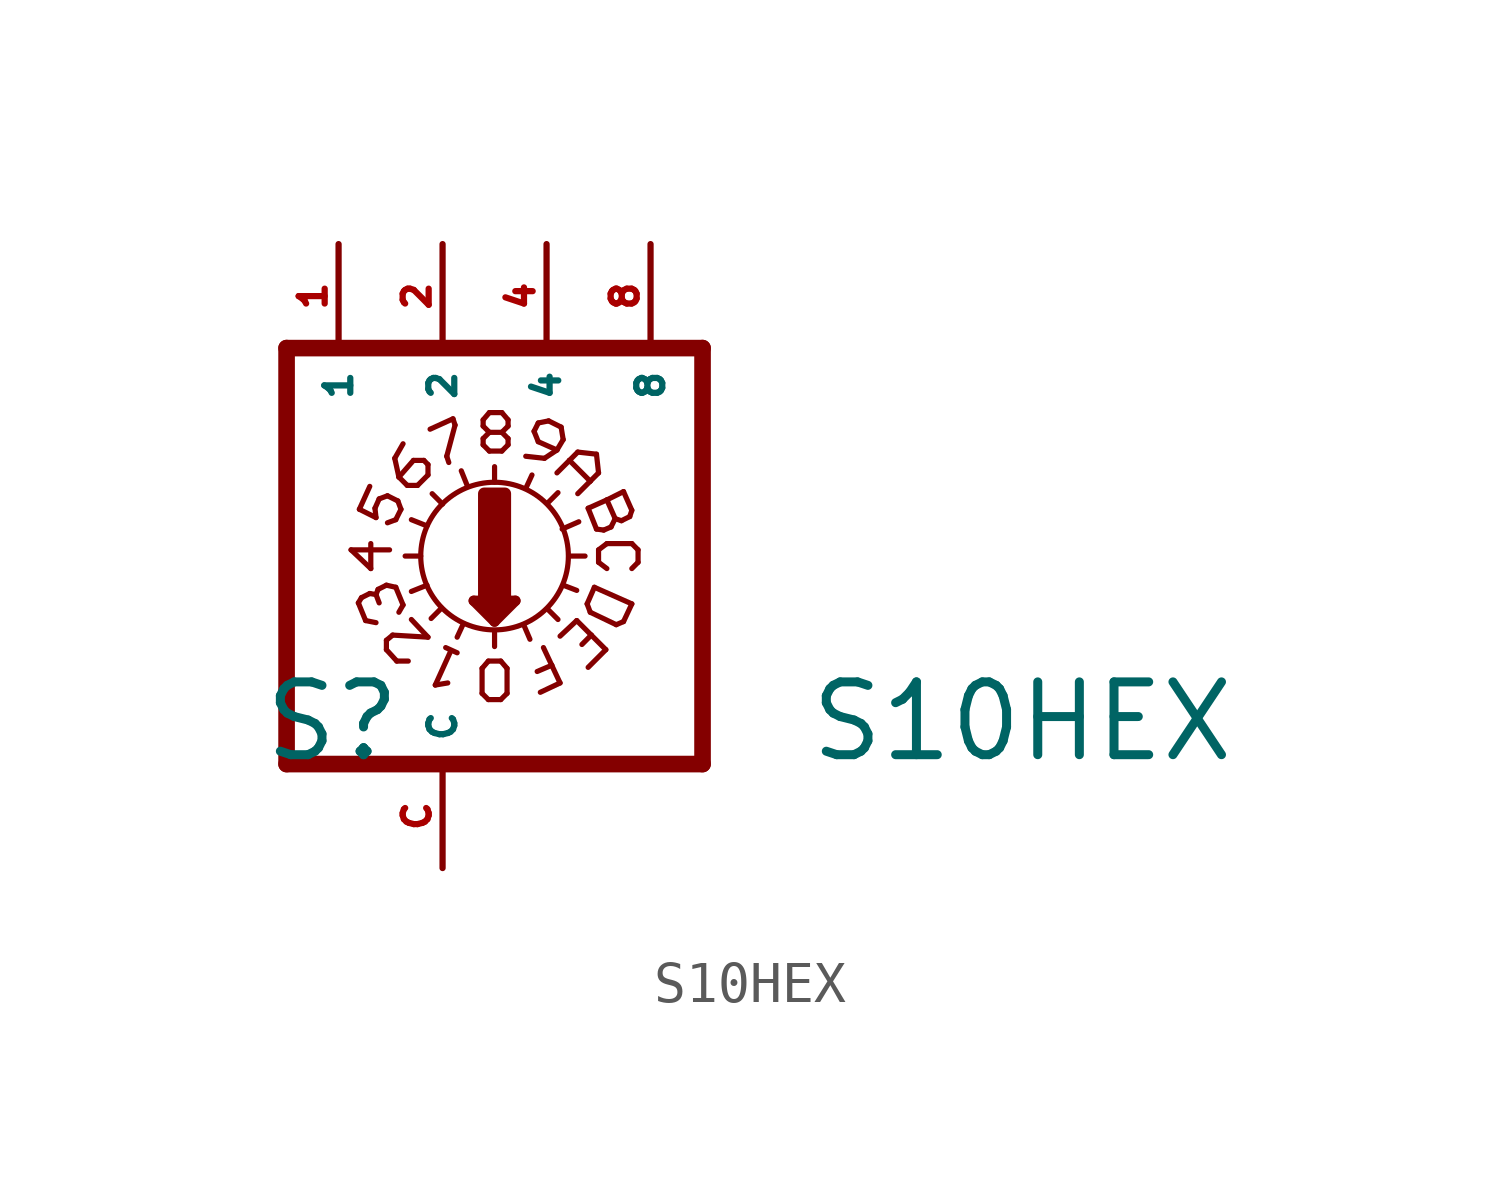
<source format=kicad_sym>
(kicad_symbol_lib
  (version 20220914)
  (generator Eagle2Kicad)
  (symbol "S10HEX"
    (property "Reference" "S"
      (at -4.445 -5.08 0)
      (effects (font (size 1.778 1.778) (thickness 0.22)) (justify left bottom)))
    (property "Value" "S10HEX"
      (at 8.89 -5.08 0)
      (effects (font (size 1.778 1.778) (thickness 0.22)) (justify left bottom)))
    (polyline
      (pts (xy 6.35 -5.08) (xy 6.35 5.08))
      (stroke (width 0.406) (type default))
      (fill (type none)))
    (polyline
      (pts (xy 3.099 0) (xy 3.48 0))
      (stroke (width 0.127) (type default))
      (fill (type none)))
    (polyline
      (pts (xy 1.27 1.803) (xy 1.27 2.184))
      (stroke (width 0.127) (type default))
      (fill (type none)))
    (polyline
      (pts (xy -0.914 0) (xy -0.533 0))
      (stroke (width 0.127) (type default))
      (fill (type none)))
    (polyline
      (pts (xy 2.565 -1.295) (xy 2.819 -1.549))
      (stroke (width 0.127) (type default))
      (fill (type none)))
    (polyline
      (pts (xy 0 1.27) (xy -0.254 1.524))
      (stroke (width 0.127) (type default))
      (fill (type none)))
    (polyline
      (pts (xy 2.565 1.295) (xy 2.819 1.549))
      (stroke (width 0.127) (type default))
      (fill (type none)))
    (polyline
      (pts (xy -0.025 -1.27) (xy -0.279 -1.524))
      (stroke (width 0.127) (type default))
      (fill (type none)))
    (polyline
      (pts (xy 2.032 1.651) (xy 2.184 1.981))
      (stroke (width 0.127) (type default))
      (fill (type none)))
    (polyline
      (pts (xy 2.921 0.66) (xy 3.327 0.838))
      (stroke (width 0.127) (type default))
      (fill (type none)))
    (polyline
      (pts (xy 2.946 -0.711) (xy 3.277 -0.838))
      (stroke (width 0.127) (type default))
      (fill (type none)))
    (polyline
      (pts (xy 1.981 -1.676) (xy 2.134 -2.032))
      (stroke (width 0.127) (type default))
      (fill (type none)))
    (polyline
      (pts (xy 0.508 -1.651) (xy 0.356 -1.981))
      (stroke (width 0.127) (type default))
      (fill (type none)))
    (polyline
      (pts (xy -0.381 -0.711) (xy -0.762 -0.864))
      (stroke (width 0.127) (type default))
      (fill (type none)))
    (polyline
      (pts (xy -0.381 0.737) (xy -0.762 0.889))
      (stroke (width 0.127) (type default))
      (fill (type none)))
    (polyline
      (pts (xy 0.61 1.702) (xy 0.457 2.083))
      (stroke (width 0.127) (type default))
      (fill (type none)))
    (polyline
      (pts (xy 0.762 -1.092) (xy 1.27 -1.6))
      (stroke (width 0.254) (type default))
      (fill (type none)))
    (polyline
      (pts (xy 1.27 -1.6) (xy 1.778 -1.092))
      (stroke (width 0.254) (type default))
      (fill (type none)))
    (polyline
      (pts (xy 1.778 -1.092) (xy 0.762 -1.092))
      (stroke (width 0.254) (type default))
      (fill (type none)))
    (polyline
      (pts (xy 1.27 -1.829) (xy 1.27 -2.21))
      (stroke (width 0.127) (type default))
      (fill (type none)))
    (polyline
      (pts (xy 1.016 -1.219) (xy 1.524 -1.219))
      (stroke (width 0.254) (type default))
      (fill (type none)))
    (polyline
      (pts (xy 1.27 -1.473) (xy 1.27 -1.346))
      (stroke (width 0.254) (type default))
      (fill (type none)))
    (polyline
      (pts (xy -3.81 -5.08) (xy -3.81 5.08))
      (stroke (width 0.406) (type default))
      (fill (type none)))
    (polyline
      (pts (xy -2.032 1.143) (xy -1.778 1.702))
      (stroke (width 0.127) (type default))
      (fill (type none)))
    (polyline
      (pts (xy -2.032 1.143) (xy -1.626 0.94))
      (stroke (width 0.127) (type default))
      (fill (type none)))
    (polyline
      (pts (xy -1.626 0.94) (xy -1.651 1.168))
      (stroke (width 0.127) (type default))
      (fill (type none)))
    (polyline
      (pts (xy -1.651 1.168) (xy -1.549 1.397))
      (stroke (width 0.127) (type default))
      (fill (type none)))
    (polyline
      (pts (xy -1.092 1.346) (xy -1.016 1.143))
      (stroke (width 0.127) (type default))
      (fill (type none)))
    (polyline
      (pts (xy -1.016 1.143) (xy -1.143 0.889))
      (stroke (width 0.127) (type default))
      (fill (type none)))
    (polyline
      (pts (xy -1.143 0.889) (xy -1.346 0.813))
      (stroke (width 0.127) (type default))
      (fill (type none)))
    (polyline
      (pts (xy -1.549 1.397) (xy -1.346 1.473))
      (stroke (width 0.127) (type default))
      (fill (type none)))
    (polyline
      (pts (xy -1.346 1.473) (xy -1.092 1.346))
      (stroke (width 0.127) (type default))
      (fill (type none)))
    (polyline
      (pts (xy -0.61 1.727) (xy -0.356 1.981))
      (stroke (width 0.127) (type default))
      (fill (type none)))
    (polyline
      (pts (xy -0.356 1.981) (xy -0.356 2.235))
      (stroke (width 0.127) (type default))
      (fill (type none)))
    (polyline
      (pts (xy -0.356 2.235) (xy -0.457 2.337))
      (stroke (width 0.127) (type default))
      (fill (type none)))
    (polyline
      (pts (xy -0.457 2.337) (xy -0.711 2.337))
      (stroke (width 0.127) (type default))
      (fill (type none)))
    (polyline
      (pts (xy -0.711 2.337) (xy -1.067 1.93))
      (stroke (width 0.127) (type default))
      (fill (type none)))
    (polyline
      (pts (xy -0.61 1.727) (xy -0.864 1.727))
      (stroke (width 0.127) (type default))
      (fill (type none)))
    (polyline
      (pts (xy -0.864 1.727) (xy -1.067 1.93))
      (stroke (width 0.127) (type default))
      (fill (type none)))
    (polyline
      (pts (xy -1.067 1.93) (xy -1.168 2.388))
      (stroke (width 0.127) (type default))
      (fill (type none)))
    (polyline
      (pts (xy -1.168 2.388) (xy -0.965 2.743))
      (stroke (width 0.127) (type default))
      (fill (type none)))
    (polyline
      (pts (xy -0.305 3.099) (xy 0.254 3.353))
      (stroke (width 0.127) (type default))
      (fill (type none)))
    (polyline
      (pts (xy 0.102 2.438) (xy 0.152 2.286))
      (stroke (width 0.127) (type default))
      (fill (type none)))
    (polyline
      (pts (xy 0.254 3.353) (xy 0.305 3.2))
      (stroke (width 0.127) (type default))
      (fill (type none)))
    (polyline
      (pts (xy 0.305 3.2) (xy 0.102 2.438))
      (stroke (width 0.127) (type default))
      (fill (type none)))
    (polyline
      (pts (xy 2.896 3.15) (xy 2.591 3.302))
      (stroke (width 0.127) (type default))
      (fill (type none)))
    (polyline
      (pts (xy 2.591 3.302) (xy 2.337 3.251))
      (stroke (width 0.127) (type default))
      (fill (type none)))
    (polyline
      (pts (xy 2.337 3.251) (xy 2.235 3.048))
      (stroke (width 0.127) (type default))
      (fill (type none)))
    (polyline
      (pts (xy 2.235 3.048) (xy 2.337 2.794))
      (stroke (width 0.127) (type default))
      (fill (type none)))
    (polyline
      (pts (xy 2.337 2.794) (xy 2.794 2.591))
      (stroke (width 0.127) (type default))
      (fill (type none)))
    (polyline
      (pts (xy 2.896 3.15) (xy 2.946 2.845))
      (stroke (width 0.127) (type default))
      (fill (type none)))
    (polyline
      (pts (xy 2.946 2.845) (xy 2.794 2.591))
      (stroke (width 0.127) (type default))
      (fill (type none)))
    (polyline
      (pts (xy 2.794 2.591) (xy 2.489 2.388))
      (stroke (width 0.127) (type default))
      (fill (type none)))
    (polyline
      (pts (xy 2.489 2.388) (xy 2.032 2.438))
      (stroke (width 0.127) (type default))
      (fill (type none)))
    (polyline
      (pts (xy 2.794 2.032) (xy 3.099 2.337))
      (stroke (width 0.127) (type default))
      (fill (type none)))
    (polyline
      (pts (xy 3.302 2.54) (xy 3.759 2.489))
      (stroke (width 0.127) (type default))
      (fill (type none)))
    (polyline
      (pts (xy 3.759 2.489) (xy 3.81 2.032))
      (stroke (width 0.127) (type default))
      (fill (type none)))
    (polyline
      (pts (xy 3.81 2.032) (xy 3.607 1.829))
      (stroke (width 0.127) (type default))
      (fill (type none)))
    (polyline
      (pts (xy 3.099 2.337) (xy 3.607 1.829))
      (stroke (width 0.127) (type default))
      (fill (type none)))
    (polyline
      (pts (xy 3.099 2.337) (xy 3.302 2.54))
      (stroke (width 0.127) (type default))
      (fill (type none)))
    (polyline
      (pts (xy 3.607 1.829) (xy 3.302 1.524))
      (stroke (width 0.127) (type default))
      (fill (type none)))
    (polyline
      (pts (xy 3.556 1.168) (xy 4.013 1.372))
      (stroke (width 0.127) (type default))
      (fill (type none)))
    (polyline
      (pts (xy 4.42 1.575) (xy 4.623 1.118))
      (stroke (width 0.127) (type default))
      (fill (type none)))
    (polyline
      (pts (xy 4.623 1.118) (xy 4.572 0.965))
      (stroke (width 0.127) (type default))
      (fill (type none)))
    (polyline
      (pts (xy 4.572 0.965) (xy 4.369 0.864))
      (stroke (width 0.127) (type default))
      (fill (type none)))
    (polyline
      (pts (xy 4.369 0.864) (xy 4.216 0.914))
      (stroke (width 0.127) (type default))
      (fill (type none)))
    (polyline
      (pts (xy 4.216 0.914) (xy 4.013 1.372))
      (stroke (width 0.127) (type default))
      (fill (type none)))
    (polyline
      (pts (xy 4.216 0.914) (xy 4.115 0.711))
      (stroke (width 0.127) (type default))
      (fill (type none)))
    (polyline
      (pts (xy 4.115 0.711) (xy 3.937 0.635))
      (stroke (width 0.127) (type default))
      (fill (type none)))
    (polyline
      (pts (xy 3.937 0.635) (xy 3.759 0.66))
      (stroke (width 0.127) (type default))
      (fill (type none)))
    (polyline
      (pts (xy 3.759 0.66) (xy 3.556 1.168))
      (stroke (width 0.127) (type default))
      (fill (type none)))
    (polyline
      (pts (xy 4.013 1.372) (xy 4.42 1.575))
      (stroke (width 0.127) (type default))
      (fill (type none)))
    (polyline
      (pts (xy 4.013 0.305) (xy 4.623 0.305))
      (stroke (width 0.127) (type default))
      (fill (type none)))
    (polyline
      (pts (xy 4.623 0.305) (xy 4.775 0.152))
      (stroke (width 0.127) (type default))
      (fill (type none)))
    (polyline
      (pts (xy 4.775 0.152) (xy 4.775 -0.152))
      (stroke (width 0.127) (type default))
      (fill (type none)))
    (polyline
      (pts (xy 4.775 -0.152) (xy 4.623 -0.305))
      (stroke (width 0.127) (type default))
      (fill (type none)))
    (polyline
      (pts (xy 4.013 0.305) (xy 3.81 0.152))
      (stroke (width 0.127) (type default))
      (fill (type none)))
    (polyline
      (pts (xy 3.81 0.152) (xy 3.81 -0.152))
      (stroke (width 0.127) (type default))
      (fill (type none)))
    (polyline
      (pts (xy 3.81 -0.152) (xy 4.013 -0.305))
      (stroke (width 0.127) (type default))
      (fill (type none)))
    (polyline
      (pts (xy 3.708 -0.762) (xy 3.531 -1.168))
      (stroke (width 0.127) (type default))
      (fill (type none)))
    (polyline
      (pts (xy 3.531 -1.168) (xy 3.607 -1.372))
      (stroke (width 0.127) (type default))
      (fill (type none)))
    (polyline
      (pts (xy 3.607 -1.372) (xy 4.242 -1.676))
      (stroke (width 0.127) (type default))
      (fill (type none)))
    (polyline
      (pts (xy 4.242 -1.676) (xy 4.42 -1.6))
      (stroke (width 0.127) (type default))
      (fill (type none)))
    (polyline
      (pts (xy 4.42 -1.6) (xy 4.623 -1.168))
      (stroke (width 0.127) (type default))
      (fill (type none)))
    (polyline
      (pts (xy 4.623 -1.168) (xy 3.708 -0.762))
      (stroke (width 0.127) (type default))
      (fill (type none)))
    (polyline
      (pts (xy 3.277 -1.575) (xy 2.87 -1.956))
      (stroke (width 0.127) (type default))
      (fill (type none)))
    (polyline
      (pts (xy 3.277 -1.575) (xy 3.632 -1.93))
      (stroke (width 0.127) (type default))
      (fill (type none)))
    (polyline
      (pts (xy 3.988 -2.286) (xy 3.556 -2.718))
      (stroke (width 0.127) (type default))
      (fill (type none)))
    (polyline
      (pts (xy 3.632 -1.93) (xy 3.404 -2.159))
      (stroke (width 0.127) (type default))
      (fill (type none)))
    (polyline
      (pts (xy 3.632 -1.93) (xy 3.988 -2.286))
      (stroke (width 0.127) (type default))
      (fill (type none)))
    (polyline
      (pts (xy 2.388 -3.327) (xy 2.87 -3.099))
      (stroke (width 0.127) (type default))
      (fill (type none)))
    (polyline
      (pts (xy 2.87 -3.099) (xy 2.667 -2.667))
      (stroke (width 0.127) (type default))
      (fill (type none)))
    (polyline
      (pts (xy 2.667 -2.667) (xy 2.311 -2.819))
      (stroke (width 0.127) (type default))
      (fill (type none)))
    (polyline
      (pts (xy 2.667 -2.667) (xy 2.464 -2.235))
      (stroke (width 0.127) (type default))
      (fill (type none)))
    (polyline
      (pts (xy 0.076 -2.235) (xy 0.356 -2.362))
      (stroke (width 0.127) (type default))
      (fill (type none)))
    (polyline
      (pts (xy 0.203 -2.311) (xy -0.178 -3.15))
      (stroke (width 0.127) (type default))
      (fill (type none)))
    (polyline
      (pts (xy -0.178 -3.15) (xy 0.127 -3.099))
      (stroke (width 0.127) (type default))
      (fill (type none)))
    (polyline
      (pts (xy -0.762 -1.549) (xy -0.356 -1.981))
      (stroke (width 0.127) (type default))
      (fill (type none)))
    (polyline
      (pts (xy -1.372 -2.286) (xy -1.118 -2.565))
      (stroke (width 0.127) (type default))
      (fill (type none)))
    (polyline
      (pts (xy -1.118 -2.565) (xy -0.838 -2.565))
      (stroke (width 0.127) (type default))
      (fill (type none)))
    (polyline
      (pts (xy -1.372 -2.286) (xy -1.372 -2.057))
      (stroke (width 0.127) (type default))
      (fill (type none)))
    (polyline
      (pts (xy -1.372 -2.057) (xy -1.219 -1.93))
      (stroke (width 0.127) (type default))
      (fill (type none)))
    (polyline
      (pts (xy -1.219 -1.93) (xy -0.356 -1.981))
      (stroke (width 0.127) (type default))
      (fill (type none)))
    (polyline
      (pts (xy -1.143 -0.762) (xy -0.965 -1.194))
      (stroke (width 0.127) (type default))
      (fill (type none)))
    (polyline
      (pts (xy -2.057 -1.143) (xy -1.88 -1.575))
      (stroke (width 0.127) (type default))
      (fill (type none)))
    (polyline
      (pts (xy -1.626 -1.626) (xy -1.88 -1.575))
      (stroke (width 0.127) (type default))
      (fill (type none)))
    (polyline
      (pts (xy -1.067 -1.372) (xy -0.965 -1.194))
      (stroke (width 0.127) (type default))
      (fill (type none)))
    (polyline
      (pts (xy -1.143 -0.762) (xy -1.372 -0.711))
      (stroke (width 0.127) (type default))
      (fill (type none)))
    (polyline
      (pts (xy -1.372 -0.711) (xy -1.575 -0.813))
      (stroke (width 0.127) (type default))
      (fill (type none)))
    (polyline
      (pts (xy -1.575 -0.813) (xy -1.626 -0.94))
      (stroke (width 0.127) (type default))
      (fill (type none)))
    (polyline
      (pts (xy -1.626 -0.94) (xy -1.549 -1.143))
      (stroke (width 0.127) (type default))
      (fill (type none)))
    (polyline
      (pts (xy -1.626 -0.94) (xy -1.778 -0.914))
      (stroke (width 0.127) (type default))
      (fill (type none)))
    (polyline
      (pts (xy -1.778 -0.914) (xy -1.981 -1.016))
      (stroke (width 0.127) (type default))
      (fill (type none)))
    (polyline
      (pts (xy -1.981 -1.016) (xy -2.057 -1.143))
      (stroke (width 0.127) (type default))
      (fill (type none)))
    (polyline
      (pts (xy -1.295 0.152) (xy -2.235 0.152))
      (stroke (width 0.127) (type default))
      (fill (type none)))
    (polyline
      (pts (xy -2.235 0.152) (xy -1.753 -0.305))
      (stroke (width 0.127) (type default))
      (fill (type none)))
    (polyline
      (pts (xy -1.753 -0.305) (xy -1.753 0.305))
      (stroke (width 0.127) (type default))
      (fill (type none)))
    (polyline
      (pts (xy 1.118 -3.505) (xy 1.422 -3.505))
      (stroke (width 0.127) (type default))
      (fill (type none)))
    (polyline
      (pts (xy 1.422 -3.505) (xy 1.575 -3.353))
      (stroke (width 0.127) (type default))
      (fill (type none)))
    (polyline
      (pts (xy 1.575 -3.353) (xy 1.575 -2.743))
      (stroke (width 0.127) (type default))
      (fill (type none)))
    (polyline
      (pts (xy 1.575 -2.743) (xy 1.422 -2.565))
      (stroke (width 0.127) (type default))
      (fill (type none)))
    (polyline
      (pts (xy 1.422 -2.565) (xy 1.118 -2.565))
      (stroke (width 0.127) (type default))
      (fill (type none)))
    (polyline
      (pts (xy 1.118 -2.565) (xy 0.965 -2.743))
      (stroke (width 0.127) (type default))
      (fill (type none)))
    (polyline
      (pts (xy 0.965 -2.743) (xy 0.965 -3.353))
      (stroke (width 0.127) (type default))
      (fill (type none)))
    (polyline
      (pts (xy 0.965 -3.353) (xy 1.118 -3.505))
      (stroke (width 0.127) (type default))
      (fill (type none)))
    (polyline
      (pts (xy 1.143 2.565) (xy 1.448 2.565))
      (stroke (width 0.127) (type default))
      (fill (type none)))
    (polyline
      (pts (xy 1.448 2.565) (xy 1.6 2.718))
      (stroke (width 0.127) (type default))
      (fill (type none)))
    (polyline
      (pts (xy 1.6 2.718) (xy 1.6 2.87))
      (stroke (width 0.127) (type default))
      (fill (type none)))
    (polyline
      (pts (xy 1.6 2.87) (xy 1.448 3.023))
      (stroke (width 0.127) (type default))
      (fill (type none)))
    (polyline
      (pts (xy 1.448 3.023) (xy 1.6 3.175))
      (stroke (width 0.127) (type default))
      (fill (type none)))
    (polyline
      (pts (xy 1.6 3.175) (xy 1.6 3.327))
      (stroke (width 0.127) (type default))
      (fill (type none)))
    (polyline
      (pts (xy 1.6 3.327) (xy 1.448 3.505))
      (stroke (width 0.127) (type default))
      (fill (type none)))
    (polyline
      (pts (xy 1.448 3.505) (xy 1.143 3.505))
      (stroke (width 0.127) (type default))
      (fill (type none)))
    (polyline
      (pts (xy 1.143 3.505) (xy 0.991 3.327))
      (stroke (width 0.127) (type default))
      (fill (type none)))
    (polyline
      (pts (xy 0.991 3.327) (xy 0.991 3.175))
      (stroke (width 0.127) (type default))
      (fill (type none)))
    (polyline
      (pts (xy 0.991 3.175) (xy 1.143 3.023))
      (stroke (width 0.127) (type default))
      (fill (type none)))
    (polyline
      (pts (xy 1.143 3.023) (xy 0.991 2.87))
      (stroke (width 0.127) (type default))
      (fill (type none)))
    (polyline
      (pts (xy 0.991 2.87) (xy 0.991 2.718))
      (stroke (width 0.127) (type default))
      (fill (type none)))
    (polyline
      (pts (xy 0.991 2.718) (xy 1.143 2.565))
      (stroke (width 0.127) (type default))
      (fill (type none)))
    (polyline
      (pts (xy 1.143 3.023) (xy 1.448 3.023))
      (stroke (width 0.127) (type default))
      (fill (type none)))
    (polyline
      (pts (xy 6.35 5.08) (xy -3.81 5.08))
      (stroke (width 0.406) (type default))
      (fill (type none)))
    (polyline
      (pts (xy -3.81 -5.08) (xy 6.35 -5.08))
      (stroke (width 0.406) (type default))
      (fill (type none)))
    (circle
      (center 1.27 0)
      (radius 1.803)
      (stroke (width 0.127) (type default))
      (fill (type none)))
    (rectangle
      (start 1.016 -1.016)
      (end 1.524 1.524)
      (stroke (width 0.3) (type default))
      (fill (type outline)))
    (pin passive line
      (at 5.08 7.62 270)
      (length 2.54)
      (name "8" (effects (font (size 0.635 0.635) (thickness 0.08)) (justify left bottom)))
      (number "8" (effects (font (size 0.635 0.635) (thickness 0.08)) (justify left bottom))))
    (pin passive line
      (at 2.54 7.62 270)
      (length 2.54)
      (name "4" (effects (font (size 0.635 0.635) (thickness 0.08)) (justify left bottom)))
      (number "4" (effects (font (size 0.635 0.635) (thickness 0.08)) (justify left bottom))))
    (pin passive line
      (at 0 7.62 270)
      (length 2.54)
      (name "2" (effects (font (size 0.635 0.635) (thickness 0.08)) (justify left bottom)))
      (number "2" (effects (font (size 0.635 0.635) (thickness 0.08)) (justify left bottom))))
    (pin passive line
      (at -2.54 7.62 270)
      (length 2.54)
      (name "1" (effects (font (size 0.635 0.635) (thickness 0.08)) (justify left bottom)))
      (number "1" (effects (font (size 0.635 0.635) (thickness 0.08)) (justify left bottom))))
    (pin passive line
      (at 0 -7.62 90)
      (length 2.54)
      (name "C" (effects (font (size 0.635 0.635) (thickness 0.08)) (justify left bottom)))
      (number "C" (effects (font (size 0.635 0.635) (thickness 0.08)) (justify left bottom))))))
</source>
